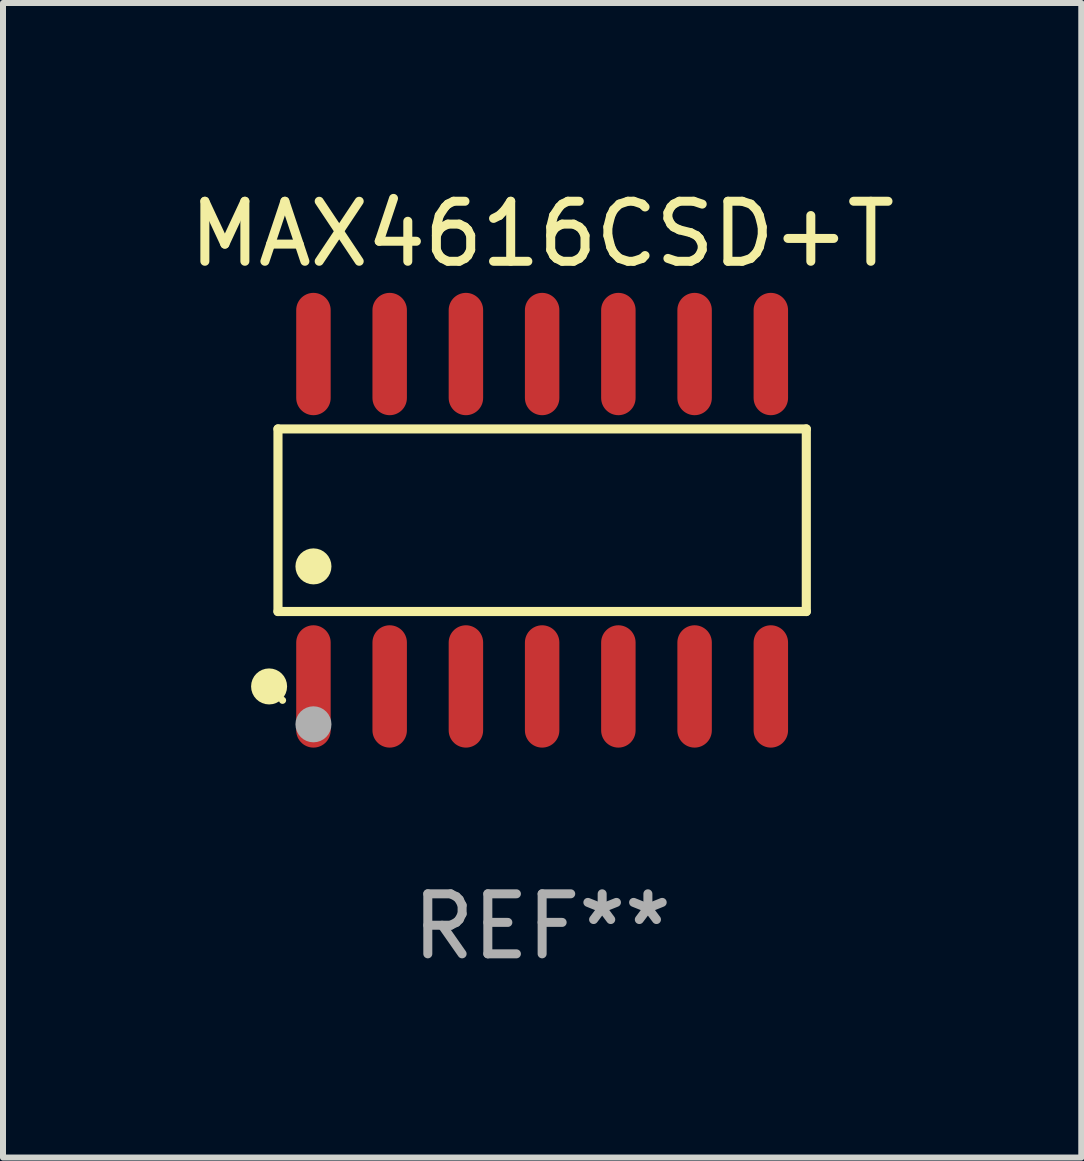
<source format=kicad_pcb>
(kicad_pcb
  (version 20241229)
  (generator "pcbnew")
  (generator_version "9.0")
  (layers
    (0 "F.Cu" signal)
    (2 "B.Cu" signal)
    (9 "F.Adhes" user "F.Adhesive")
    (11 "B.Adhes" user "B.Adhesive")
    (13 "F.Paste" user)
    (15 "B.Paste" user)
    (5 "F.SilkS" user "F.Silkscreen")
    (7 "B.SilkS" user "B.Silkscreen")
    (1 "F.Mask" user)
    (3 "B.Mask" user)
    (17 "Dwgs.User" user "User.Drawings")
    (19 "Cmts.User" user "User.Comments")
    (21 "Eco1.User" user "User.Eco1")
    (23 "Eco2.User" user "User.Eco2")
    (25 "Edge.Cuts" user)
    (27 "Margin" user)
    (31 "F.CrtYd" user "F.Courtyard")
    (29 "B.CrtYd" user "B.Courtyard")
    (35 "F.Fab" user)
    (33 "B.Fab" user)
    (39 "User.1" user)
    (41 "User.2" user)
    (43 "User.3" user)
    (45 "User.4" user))
  (footprint "MAX4616CSD+T"
    (layer "F.Cu")
    (at 5.982 5.617)
    (property "Reference" "MAX4616CSD+T" (at 0 -4.769 0) (layer "F.SilkS") (effects (font (size 1 1) (thickness 0.15))))
    (attr through_hole)
    (fp_line (start -4.401 -1.521) (end 4.401 -1.521) (stroke (width 0.152) (type solid)) (layer "F.SilkS"))
    (fp_line (start -4.401 1.521) (end -4.401 -1.521) (stroke (width 0.152) (type solid)) (layer "F.SilkS"))
    (fp_line (start 4.401 -1.521) (end 4.401 1.521) (stroke (width 0.152) (type solid)) (layer "F.SilkS"))
    (fp_line (start 4.401 1.521) (end -4.401 1.521) (stroke (width 0.152) (type solid)) (layer "F.SilkS"))
    (fp_circle (center -4.549 2.769) (end -4.399 2.769) (stroke (width 0.3) (type solid)) (fill no) (layer "F.SilkS"))
    (fp_circle (center -4.325 3) (end -4.295 3) (stroke (width 0.06) (type solid)) (fill no) (layer "F.SilkS"))
    (fp_circle (center -3.81 0.769) (end -3.66 0.769) (stroke (width 0.3) (type solid)) (fill no) (layer "F.SilkS"))
    (fp_circle (center -3.81 3.4) (end -3.66 3.4) (stroke (width 0.3) (type solid)) (fill no) (layer "F.Fab"))
    (fp_text user "REF**" (at 0 6.769 0) (layer "F.Fab") (effects (font (size 1 1) (thickness 0.15))))
    (pad "1" smd oval (at -3.81 2.769) (size 0.574 2.038) (layers "F.Cu" "F.Mask" "F.Paste"))
    (pad "2" smd oval (at -2.54 2.769) (size 0.574 2.038) (layers "F.Cu" "F.Mask" "F.Paste"))
    (pad "3" smd oval (at -1.27 2.769) (size 0.574 2.038) (layers "F.Cu" "F.Mask" "F.Paste"))
    (pad "4" smd oval (at 0 2.769) (size 0.574 2.038) (layers "F.Cu" "F.Mask" "F.Paste"))
    (pad "5" smd oval (at 1.27 2.769) (size 0.574 2.038) (layers "F.Cu" "F.Mask" "F.Paste"))
    (pad "6" smd oval (at 2.54 2.769) (size 0.574 2.038) (layers "F.Cu" "F.Mask" "F.Paste"))
    (pad "7" smd oval (at 3.81 2.769) (size 0.574 2.038) (layers "F.Cu" "F.Mask" "F.Paste"))
    (pad "8" smd oval (at 3.81 -2.769) (size 0.574 2.038) (layers "F.Cu" "F.Mask" "F.Paste"))
    (pad "9" smd oval (at 2.54 -2.769) (size 0.574 2.038) (layers "F.Cu" "F.Mask" "F.Paste"))
    (pad "10" smd oval (at 1.27 -2.769) (size 0.574 2.038) (layers "F.Cu" "F.Mask" "F.Paste"))
    (pad "11" smd oval (at 0 -2.769) (size 0.574 2.038) (layers "F.Cu" "F.Mask" "F.Paste"))
    (pad "12" smd oval (at -1.27 -2.769) (size 0.574 2.038) (layers "F.Cu" "F.Mask" "F.Paste"))
    (pad "13" smd oval (at -2.54 -2.769) (size 0.574 2.038) (layers "F.Cu" "F.Mask" "F.Paste"))
    (pad "14" smd oval (at -3.81 -2.769) (size 0.574 2.038) (layers "F.Cu" "F.Mask" "F.Paste")))
  (gr_rect
    (start -3 -3)
    (end 14.964 16.235)
    (stroke (width 0.1) (type default))
    (fill no)
    (layer "Edge.Cuts")))
</source>
